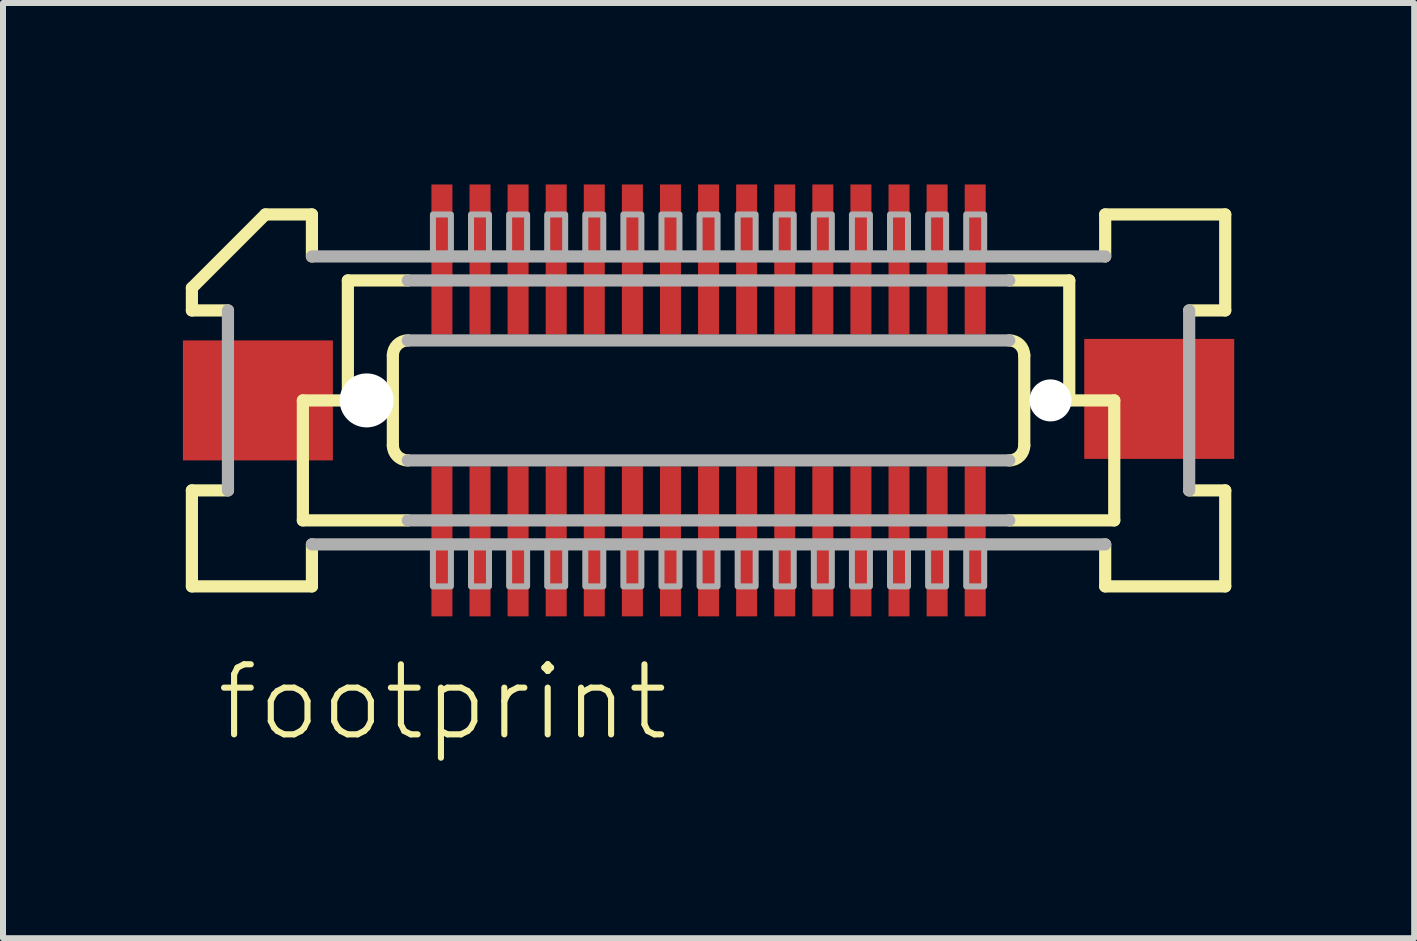
<source format=kicad_pcb>
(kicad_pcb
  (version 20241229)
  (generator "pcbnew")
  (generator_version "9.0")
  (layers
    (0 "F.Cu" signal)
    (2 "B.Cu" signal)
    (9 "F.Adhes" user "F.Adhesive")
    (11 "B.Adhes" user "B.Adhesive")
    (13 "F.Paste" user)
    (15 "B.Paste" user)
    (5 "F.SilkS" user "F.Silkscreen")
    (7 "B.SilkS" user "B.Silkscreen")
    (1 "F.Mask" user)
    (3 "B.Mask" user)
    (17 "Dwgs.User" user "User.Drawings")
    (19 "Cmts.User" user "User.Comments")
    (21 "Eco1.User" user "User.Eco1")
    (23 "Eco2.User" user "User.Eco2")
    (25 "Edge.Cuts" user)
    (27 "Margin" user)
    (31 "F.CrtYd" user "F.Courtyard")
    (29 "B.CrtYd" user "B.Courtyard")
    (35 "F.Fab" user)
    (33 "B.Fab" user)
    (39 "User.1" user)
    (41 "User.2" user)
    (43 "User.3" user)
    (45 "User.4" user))
  (footprint "footprint"
    (layer "F.Cu")
    (at 8.762 3.625)
    (property "Reference" "footprint" (at -8.255 5.715 0) (layer "F.SilkS") (effects (font (size 1.168 1.168) (thickness 0.102)) (justify left bottom)))
    (fp_poly (pts (xy -4.645 -1.075) (xy -4.245 -1.075) (xy -4.245 -3.625) (xy -4.645 -3.625)) (stroke (width 0) (type solid)) (fill yes) (layer "F.Mask"))
    (fp_poly (pts (xy -4.245 1.075) (xy -4.645 1.075) (xy -4.645 3.625) (xy -4.245 3.625)) (stroke (width 0) (type solid)) (fill yes) (layer "F.Mask"))
    (fp_poly (pts (xy -4.01 -1.075) (xy -3.61 -1.075) (xy -3.61 -3.625) (xy -4.01 -3.625)) (stroke (width 0) (type solid)) (fill yes) (layer "F.Mask"))
    (fp_poly (pts (xy -3.61 1.075) (xy -4.01 1.075) (xy -4.01 3.625) (xy -3.61 3.625)) (stroke (width 0) (type solid)) (fill yes) (layer "F.Mask"))
    (fp_poly (pts (xy -3.375 -1.075) (xy -2.975 -1.075) (xy -2.975 -3.625) (xy -3.375 -3.625)) (stroke (width 0) (type solid)) (fill yes) (layer "F.Mask"))
    (fp_poly (pts (xy -2.975 1.075) (xy -3.375 1.075) (xy -3.375 3.625) (xy -2.975 3.625)) (stroke (width 0) (type solid)) (fill yes) (layer "F.Mask"))
    (fp_poly (pts (xy -2.74 -1.075) (xy -2.34 -1.075) (xy -2.34 -3.625) (xy -2.74 -3.625)) (stroke (width 0) (type solid)) (fill yes) (layer "F.Mask"))
    (fp_poly (pts (xy -2.34 1.075) (xy -2.74 1.075) (xy -2.74 3.625) (xy -2.34 3.625)) (stroke (width 0) (type solid)) (fill yes) (layer "F.Mask"))
    (fp_poly (pts (xy -2.105 -1.075) (xy -1.705 -1.075) (xy -1.705 -3.625) (xy -2.105 -3.625)) (stroke (width 0) (type solid)) (fill yes) (layer "F.Mask"))
    (fp_poly (pts (xy -1.705 1.075) (xy -2.105 1.075) (xy -2.105 3.625) (xy -1.705 3.625)) (stroke (width 0) (type solid)) (fill yes) (layer "F.Mask"))
    (fp_poly (pts (xy -1.47 -1.075) (xy -1.07 -1.075) (xy -1.07 -3.625) (xy -1.47 -3.625)) (stroke (width 0) (type solid)) (fill yes) (layer "F.Mask"))
    (fp_poly (pts (xy -1.07 1.075) (xy -1.47 1.075) (xy -1.47 3.625) (xy -1.07 3.625)) (stroke (width 0) (type solid)) (fill yes) (layer "F.Mask"))
    (fp_poly (pts (xy -0.835 -1.075) (xy -0.435 -1.075) (xy -0.435 -3.625) (xy -0.835 -3.625)) (stroke (width 0) (type solid)) (fill yes) (layer "F.Mask"))
    (fp_poly (pts (xy -0.435 1.075) (xy -0.835 1.075) (xy -0.835 3.625) (xy -0.435 3.625)) (stroke (width 0) (type solid)) (fill yes) (layer "F.Mask"))
    (fp_poly (pts (xy -0.2 -1.075) (xy 0.2 -1.075) (xy 0.2 -3.625) (xy -0.2 -3.625)) (stroke (width 0) (type solid)) (fill yes) (layer "F.Mask"))
    (fp_poly (pts (xy 0.2 1.075) (xy -0.2 1.075) (xy -0.2 3.625) (xy 0.2 3.625)) (stroke (width 0) (type solid)) (fill yes) (layer "F.Mask"))
    (fp_poly (pts (xy 0.435 -1.075) (xy 0.835 -1.075) (xy 0.835 -3.625) (xy 0.435 -3.625)) (stroke (width 0) (type solid)) (fill yes) (layer "F.Mask"))
    (fp_poly (pts (xy 0.835 1.075) (xy 0.435 1.075) (xy 0.435 3.625) (xy 0.835 3.625)) (stroke (width 0) (type solid)) (fill yes) (layer "F.Mask"))
    (fp_poly (pts (xy 1.07 -1.075) (xy 1.47 -1.075) (xy 1.47 -3.625) (xy 1.07 -3.625)) (stroke (width 0) (type solid)) (fill yes) (layer "F.Mask"))
    (fp_poly (pts (xy 1.47 1.075) (xy 1.07 1.075) (xy 1.07 3.625) (xy 1.47 3.625)) (stroke (width 0) (type solid)) (fill yes) (layer "F.Mask"))
    (fp_poly (pts (xy 1.705 -1.075) (xy 2.105 -1.075) (xy 2.105 -3.625) (xy 1.705 -3.625)) (stroke (width 0) (type solid)) (fill yes) (layer "F.Mask"))
    (fp_poly (pts (xy 2.105 1.075) (xy 1.705 1.075) (xy 1.705 3.625) (xy 2.105 3.625)) (stroke (width 0) (type solid)) (fill yes) (layer "F.Mask"))
    (fp_poly (pts (xy 2.34 -1.075) (xy 2.74 -1.075) (xy 2.74 -3.625) (xy 2.34 -3.625)) (stroke (width 0) (type solid)) (fill yes) (layer "F.Mask"))
    (fp_poly (pts (xy 2.74 1.075) (xy 2.34 1.075) (xy 2.34 3.625) (xy 2.74 3.625)) (stroke (width 0) (type solid)) (fill yes) (layer "F.Mask"))
    (fp_poly (pts (xy 2.975 -1.075) (xy 3.375 -1.075) (xy 3.375 -3.625) (xy 2.975 -3.625)) (stroke (width 0) (type solid)) (fill yes) (layer "F.Mask"))
    (fp_poly (pts (xy 3.375 1.075) (xy 2.975 1.075) (xy 2.975 3.625) (xy 3.375 3.625)) (stroke (width 0) (type solid)) (fill yes) (layer "F.Mask"))
    (fp_poly (pts (xy 3.61 -1.075) (xy 4.01 -1.075) (xy 4.01 -3.625) (xy 3.61 -3.625)) (stroke (width 0) (type solid)) (fill yes) (layer "F.Mask"))
    (fp_poly (pts (xy 4.01 1.075) (xy 3.61 1.075) (xy 3.61 3.625) (xy 4.01 3.625)) (stroke (width 0) (type solid)) (fill yes) (layer "F.Mask"))
    (fp_poly (pts (xy 4.245 -1.075) (xy 4.645 -1.075) (xy 4.645 -3.625) (xy 4.245 -3.625)) (stroke (width 0) (type solid)) (fill yes) (layer "F.Mask"))
    (fp_poly (pts (xy 4.645 1.075) (xy 4.245 1.075) (xy 4.245 3.625) (xy 4.645 3.625)) (stroke (width 0) (type solid)) (fill yes) (layer "F.Mask"))
    (fp_line (start -8.613 -1.5) (end -8.613 -1.875) (stroke (width 0.203) (type solid)) (layer "F.SilkS"))
    (fp_line (start -8.613 1.5) (end -8.012 1.5) (stroke (width 0.203) (type solid)) (layer "F.SilkS"))
    (fp_line (start -8.613 3.1) (end -8.613 1.5) (stroke (width 0.203) (type solid)) (layer "F.SilkS"))
    (fp_line (start -8.012 -1.5) (end -8.613 -1.5) (stroke (width 0.203) (type solid)) (layer "F.SilkS"))
    (fp_line (start -7.388 -3.1) (end -8.613 -1.875) (stroke (width 0.203) (type solid)) (layer "F.SilkS"))
    (fp_line (start -7.388 -3.1) (end -6.612 -3.1) (stroke (width 0.203) (type solid)) (layer "F.SilkS"))
    (fp_line (start -6.763 0) (end -6.763 2) (stroke (width 0.203) (type solid)) (layer "F.SilkS"))
    (fp_line (start -6.763 2) (end -5.013 2) (stroke (width 0.203) (type solid)) (layer "F.SilkS"))
    (fp_line (start -6.612 -3.1) (end -6.612 -2.4) (stroke (width 0.203) (type solid)) (layer "F.SilkS"))
    (fp_line (start -6.612 2.4) (end -6.612 3.1) (stroke (width 0.203) (type solid)) (layer "F.SilkS"))
    (fp_line (start -6.612 3.1) (end -8.613 3.1) (stroke (width 0.203) (type solid)) (layer "F.SilkS"))
    (fp_line (start -6.013 -2) (end -6.013 0) (stroke (width 0.203) (type solid)) (layer "F.SilkS"))
    (fp_line (start -6.013 0) (end -6.763 0) (stroke (width 0.203) (type solid)) (layer "F.SilkS"))
    (fp_line (start -5.263 0.75) (end -5.263 -0.75) (stroke (width 0.203) (type solid)) (layer "F.SilkS"))
    (fp_line (start -5.013 -2) (end -6.013 -2) (stroke (width 0.203) (type solid)) (layer "F.SilkS"))
    (fp_line (start 5.013 2) (end 6.763 2) (stroke (width 0.203) (type solid)) (layer "F.SilkS"))
    (fp_line (start 5.263 -0.75) (end 5.263 0.75) (stroke (width 0.203) (type solid)) (layer "F.SilkS"))
    (fp_line (start 6.013 -2) (end 5.013 -2) (stroke (width 0.203) (type solid)) (layer "F.SilkS"))
    (fp_line (start 6.013 -2) (end 6.013 0) (stroke (width 0.203) (type solid)) (layer "F.SilkS"))
    (fp_line (start 6.612 -3.1) (end 8.613 -3.1) (stroke (width 0.203) (type solid)) (layer "F.SilkS"))
    (fp_line (start 6.612 -2.4) (end 6.612 -3.1) (stroke (width 0.203) (type solid)) (layer "F.SilkS"))
    (fp_line (start 6.612 3.1) (end 6.612 2.4) (stroke (width 0.203) (type solid)) (layer "F.SilkS"))
    (fp_line (start 6.763 0) (end 6.013 0) (stroke (width 0.203) (type solid)) (layer "F.SilkS"))
    (fp_line (start 6.763 0) (end 6.763 2) (stroke (width 0.203) (type solid)) (layer "F.SilkS"))
    (fp_line (start 8.012 1.5) (end 8.613 1.5) (stroke (width 0.203) (type solid)) (layer "F.SilkS"))
    (fp_line (start 8.613 -3.1) (end 8.613 -1.5) (stroke (width 0.203) (type solid)) (layer "F.SilkS"))
    (fp_line (start 8.613 -1.5) (end 8.012 -1.5) (stroke (width 0.203) (type solid)) (layer "F.SilkS"))
    (fp_line (start 8.613 1.5) (end 8.613 3.1) (stroke (width 0.203) (type solid)) (layer "F.SilkS"))
    (fp_line (start 8.613 3.1) (end 6.612 3.1) (stroke (width 0.203) (type solid)) (layer "F.SilkS"))
    (fp_arc (start -5.2625 -0.75) (mid -5.189277 -0.926777) (end -5.0125 -1) (stroke (width 0.2032) (type solid)) (layer "F.SilkS"))
    (fp_arc (start -5.0125 1) (mid -5.189277 0.926777) (end -5.2625 0.75) (stroke (width 0.2032) (type solid)) (layer "F.SilkS"))
    (fp_arc (start 5.0125 -1) (mid 5.189277 -0.926777) (end 5.2625 -0.75) (stroke (width 0.2032) (type solid)) (layer "F.SilkS"))
    (fp_arc (start 5.2625 0.75) (mid 5.189277 0.926777) (end 5.0125 1) (stroke (width 0.2032) (type solid)) (layer "F.SilkS"))
    (fp_line (start -8.012 1.5) (end -8.012 -1.5) (stroke (width 0.203) (type solid)) (layer "F.Fab"))
    (fp_line (start -6.612 -2.4) (end 6.612 -2.4) (stroke (width 0.203) (type solid)) (layer "F.Fab"))
    (fp_line (start -5.013 -1) (end 5.013 -1) (stroke (width 0.203) (type solid)) (layer "F.Fab"))
    (fp_line (start -5.013 2) (end 5.013 2) (stroke (width 0.203) (type solid)) (layer "F.Fab"))
    (fp_line (start 5.013 -2) (end -5.013 -2) (stroke (width 0.203) (type solid)) (layer "F.Fab"))
    (fp_line (start 5.013 1) (end -5.013 1) (stroke (width 0.203) (type solid)) (layer "F.Fab"))
    (fp_line (start 6.612 2.4) (end -6.612 2.4) (stroke (width 0.203) (type solid)) (layer "F.Fab"))
    (fp_line (start 8.012 -1.5) (end 8.012 1.5) (stroke (width 0.203) (type solid)) (layer "F.Fab"))
    (fp_poly (pts (xy -4.595 3.1) (xy -4.295 3.1) (xy -4.295 2.375) (xy -4.595 2.375)) (stroke (width 0.1) (type solid)) (fill no) (layer "F.Fab"))
    (fp_poly (pts (xy -4.295 -3.1) (xy -4.595 -3.1) (xy -4.595 -2.375) (xy -4.295 -2.375)) (stroke (width 0.1) (type solid)) (fill no) (layer "F.Fab"))
    (fp_poly (pts (xy -3.96 3.1) (xy -3.66 3.1) (xy -3.66 2.375) (xy -3.96 2.375)) (stroke (width 0.1) (type solid)) (fill no) (layer "F.Fab"))
    (fp_poly (pts (xy -3.66 -3.1) (xy -3.96 -3.1) (xy -3.96 -2.375) (xy -3.66 -2.375)) (stroke (width 0.1) (type solid)) (fill no) (layer "F.Fab"))
    (fp_poly (pts (xy -3.325 3.1) (xy -3.025 3.1) (xy -3.025 2.375) (xy -3.325 2.375)) (stroke (width 0.1) (type solid)) (fill no) (layer "F.Fab"))
    (fp_poly (pts (xy -3.025 -3.1) (xy -3.325 -3.1) (xy -3.325 -2.375) (xy -3.025 -2.375)) (stroke (width 0.1) (type solid)) (fill no) (layer "F.Fab"))
    (fp_poly (pts (xy -2.69 3.1) (xy -2.39 3.1) (xy -2.39 2.375) (xy -2.69 2.375)) (stroke (width 0.1) (type solid)) (fill no) (layer "F.Fab"))
    (fp_poly (pts (xy -2.39 -3.1) (xy -2.69 -3.1) (xy -2.69 -2.375) (xy -2.39 -2.375)) (stroke (width 0.1) (type solid)) (fill no) (layer "F.Fab"))
    (fp_poly (pts (xy -2.055 3.1) (xy -1.755 3.1) (xy -1.755 2.375) (xy -2.055 2.375)) (stroke (width 0.1) (type solid)) (fill no) (layer "F.Fab"))
    (fp_poly (pts (xy -1.755 -3.1) (xy -2.055 -3.1) (xy -2.055 -2.375) (xy -1.755 -2.375)) (stroke (width 0.1) (type solid)) (fill no) (layer "F.Fab"))
    (fp_poly (pts (xy -1.42 3.1) (xy -1.12 3.1) (xy -1.12 2.375) (xy -1.42 2.375)) (stroke (width 0.1) (type solid)) (fill no) (layer "F.Fab"))
    (fp_poly (pts (xy -1.12 -3.1) (xy -1.42 -3.1) (xy -1.42 -2.375) (xy -1.12 -2.375)) (stroke (width 0.1) (type solid)) (fill no) (layer "F.Fab"))
    (fp_poly (pts (xy -0.785 3.1) (xy -0.485 3.1) (xy -0.485 2.375) (xy -0.785 2.375)) (stroke (width 0.1) (type solid)) (fill no) (layer "F.Fab"))
    (fp_poly (pts (xy -0.485 -3.1) (xy -0.785 -3.1) (xy -0.785 -2.375) (xy -0.485 -2.375)) (stroke (width 0.1) (type solid)) (fill no) (layer "F.Fab"))
    (fp_poly (pts (xy -0.15 3.1) (xy 0.15 3.1) (xy 0.15 2.375) (xy -0.15 2.375)) (stroke (width 0.1) (type solid)) (fill no) (layer "F.Fab"))
    (fp_poly (pts (xy 0.15 -3.1) (xy -0.15 -3.1) (xy -0.15 -2.375) (xy 0.15 -2.375)) (stroke (width 0.1) (type solid)) (fill no) (layer "F.Fab"))
    (fp_poly (pts (xy 0.485 3.1) (xy 0.785 3.1) (xy 0.785 2.375) (xy 0.485 2.375)) (stroke (width 0.1) (type solid)) (fill no) (layer "F.Fab"))
    (fp_poly (pts (xy 0.785 -3.1) (xy 0.485 -3.1) (xy 0.485 -2.375) (xy 0.785 -2.375)) (stroke (width 0.1) (type solid)) (fill no) (layer "F.Fab"))
    (fp_poly (pts (xy 1.12 3.1) (xy 1.42 3.1) (xy 1.42 2.375) (xy 1.12 2.375)) (stroke (width 0.1) (type solid)) (fill no) (layer "F.Fab"))
    (fp_poly (pts (xy 1.42 -3.1) (xy 1.12 -3.1) (xy 1.12 -2.375) (xy 1.42 -2.375)) (stroke (width 0.1) (type solid)) (fill no) (layer "F.Fab"))
    (fp_poly (pts (xy 1.755 3.1) (xy 2.055 3.1) (xy 2.055 2.375) (xy 1.755 2.375)) (stroke (width 0.1) (type solid)) (fill no) (layer "F.Fab"))
    (fp_poly (pts (xy 2.055 -3.1) (xy 1.755 -3.1) (xy 1.755 -2.375) (xy 2.055 -2.375)) (stroke (width 0.1) (type solid)) (fill no) (layer "F.Fab"))
    (fp_poly (pts (xy 2.39 3.1) (xy 2.69 3.1) (xy 2.69 2.375) (xy 2.39 2.375)) (stroke (width 0.1) (type solid)) (fill no) (layer "F.Fab"))
    (fp_poly (pts (xy 2.69 -3.1) (xy 2.39 -3.1) (xy 2.39 -2.375) (xy 2.69 -2.375)) (stroke (width 0.1) (type solid)) (fill no) (layer "F.Fab"))
    (fp_poly (pts (xy 3.025 3.1) (xy 3.325 3.1) (xy 3.325 2.375) (xy 3.025 2.375)) (stroke (width 0.1) (type solid)) (fill no) (layer "F.Fab"))
    (fp_poly (pts (xy 3.325 -3.1) (xy 3.025 -3.1) (xy 3.025 -2.375) (xy 3.325 -2.375)) (stroke (width 0.1) (type solid)) (fill no) (layer "F.Fab"))
    (fp_poly (pts (xy 3.66 3.1) (xy 3.96 3.1) (xy 3.96 2.375) (xy 3.66 2.375)) (stroke (width 0.1) (type solid)) (fill no) (layer "F.Fab"))
    (fp_poly (pts (xy 3.96 -3.1) (xy 3.66 -3.1) (xy 3.66 -2.375) (xy 3.96 -2.375)) (stroke (width 0.1) (type solid)) (fill no) (layer "F.Fab"))
    (fp_poly (pts (xy 4.295 3.1) (xy 4.595 3.1) (xy 4.595 2.375) (xy 4.295 2.375)) (stroke (width 0.1) (type solid)) (fill no) (layer "F.Fab"))
    (fp_poly (pts (xy 4.595 -3.1) (xy 4.295 -3.1) (xy 4.295 -2.375) (xy 4.595 -2.375)) (stroke (width 0.1) (type solid)) (fill no) (layer "F.Fab"))
    (pad "" np_thru_hole circle (at -5.7 0) (size 0.9 0.9) (drill 0.9) (layers "*.Cu" "*.Mask"))
    (pad "" np_thru_hole circle (at 5.7 0) (size 0.7 0.7) (drill 0.7) (layers "*.Cu" "*.Mask"))
    (pad "1" smd rect (at -4.445 -2.35) (size 0.35 2.5) (layers "F.Cu" "F.Paste"))
    (pad "2" smd rect (at -4.445 2.35 180) (size 0.35 2.5) (layers "F.Cu" "F.Paste"))
    (pad "3" smd rect (at -3.81 -2.35) (size 0.35 2.5) (layers "F.Cu" "F.Paste"))
    (pad "4" smd rect (at -3.81 2.35 180) (size 0.35 2.5) (layers "F.Cu" "F.Paste"))
    (pad "5" smd rect (at -3.175 -2.35) (size 0.35 2.5) (layers "F.Cu" "F.Paste"))
    (pad "6" smd rect (at -3.175 2.35 180) (size 0.35 2.5) (layers "F.Cu" "F.Paste"))
    (pad "7" smd rect (at -2.54 -2.35) (size 0.35 2.5) (layers "F.Cu" "F.Paste"))
    (pad "8" smd rect (at -2.54 2.35 180) (size 0.35 2.5) (layers "F.Cu" "F.Paste"))
    (pad "9" smd rect (at -1.905 -2.35) (size 0.35 2.5) (layers "F.Cu" "F.Paste"))
    (pad "10" smd rect (at -1.905 2.35 180) (size 0.35 2.5) (layers "F.Cu" "F.Paste"))
    (pad "11" smd rect (at -1.27 -2.35) (size 0.35 2.5) (layers "F.Cu" "F.Paste"))
    (pad "12" smd rect (at -1.27 2.35 180) (size 0.35 2.5) (layers "F.Cu" "F.Paste"))
    (pad "13" smd rect (at -0.635 -2.35) (size 0.35 2.5) (layers "F.Cu" "F.Paste"))
    (pad "14" smd rect (at -0.635 2.35 180) (size 0.35 2.5) (layers "F.Cu" "F.Paste"))
    (pad "15" smd rect (at 0 -2.35) (size 0.35 2.5) (layers "F.Cu" "F.Paste"))
    (pad "16" smd rect (at 0 2.35 180) (size 0.35 2.5) (layers "F.Cu" "F.Paste"))
    (pad "17" smd rect (at 0.635 -2.35) (size 0.35 2.5) (layers "F.Cu" "F.Paste"))
    (pad "18" smd rect (at 0.635 2.35 180) (size 0.35 2.5) (layers "F.Cu" "F.Paste"))
    (pad "19" smd rect (at 1.27 -2.35) (size 0.35 2.5) (layers "F.Cu" "F.Paste"))
    (pad "20" smd rect (at 1.27 2.35 180) (size 0.35 2.5) (layers "F.Cu" "F.Paste"))
    (pad "21" smd rect (at 1.905 -2.35) (size 0.35 2.5) (layers "F.Cu" "F.Paste"))
    (pad "22" smd rect (at 1.905 2.35 180) (size 0.35 2.5) (layers "F.Cu" "F.Paste"))
    (pad "23" smd rect (at 2.54 -2.35) (size 0.35 2.5) (layers "F.Cu" "F.Paste"))
    (pad "24" smd rect (at 2.54 2.35 180) (size 0.35 2.5) (layers "F.Cu" "F.Paste"))
    (pad "25" smd rect (at 3.175 -2.35) (size 0.35 2.5) (layers "F.Cu" "F.Paste"))
    (pad "26" smd rect (at 3.175 2.35 180) (size 0.35 2.5) (layers "F.Cu" "F.Paste"))
    (pad "27" smd rect (at 3.81 -2.35) (size 0.35 2.5) (layers "F.Cu" "F.Paste"))
    (pad "28" smd rect (at 3.81 2.35 180) (size 0.35 2.5) (layers "F.Cu" "F.Paste"))
    (pad "29" smd rect (at 4.445 -2.35) (size 0.35 2.5) (layers "F.Cu" "F.Paste"))
    (pad "30" smd rect (at 4.445 2.35 180) (size 0.35 2.5) (layers "F.Cu" "F.Paste"))
    (pad "M1" smd rect (at -7.513 0) (size 2.5 2) (layers "F.Cu" "F.Mask" "F.Paste"))
    (pad "M2" smd rect (at 7.513 -0.025 180) (size 2.5 2) (layers "F.Cu" "F.Mask" "F.Paste")))
  (gr_rect
    (start -3 -3)
    (end 20.525 12.59)
    (stroke (width 0.1) (type default))
    (fill no)
    (layer "Edge.Cuts")))
</source>
